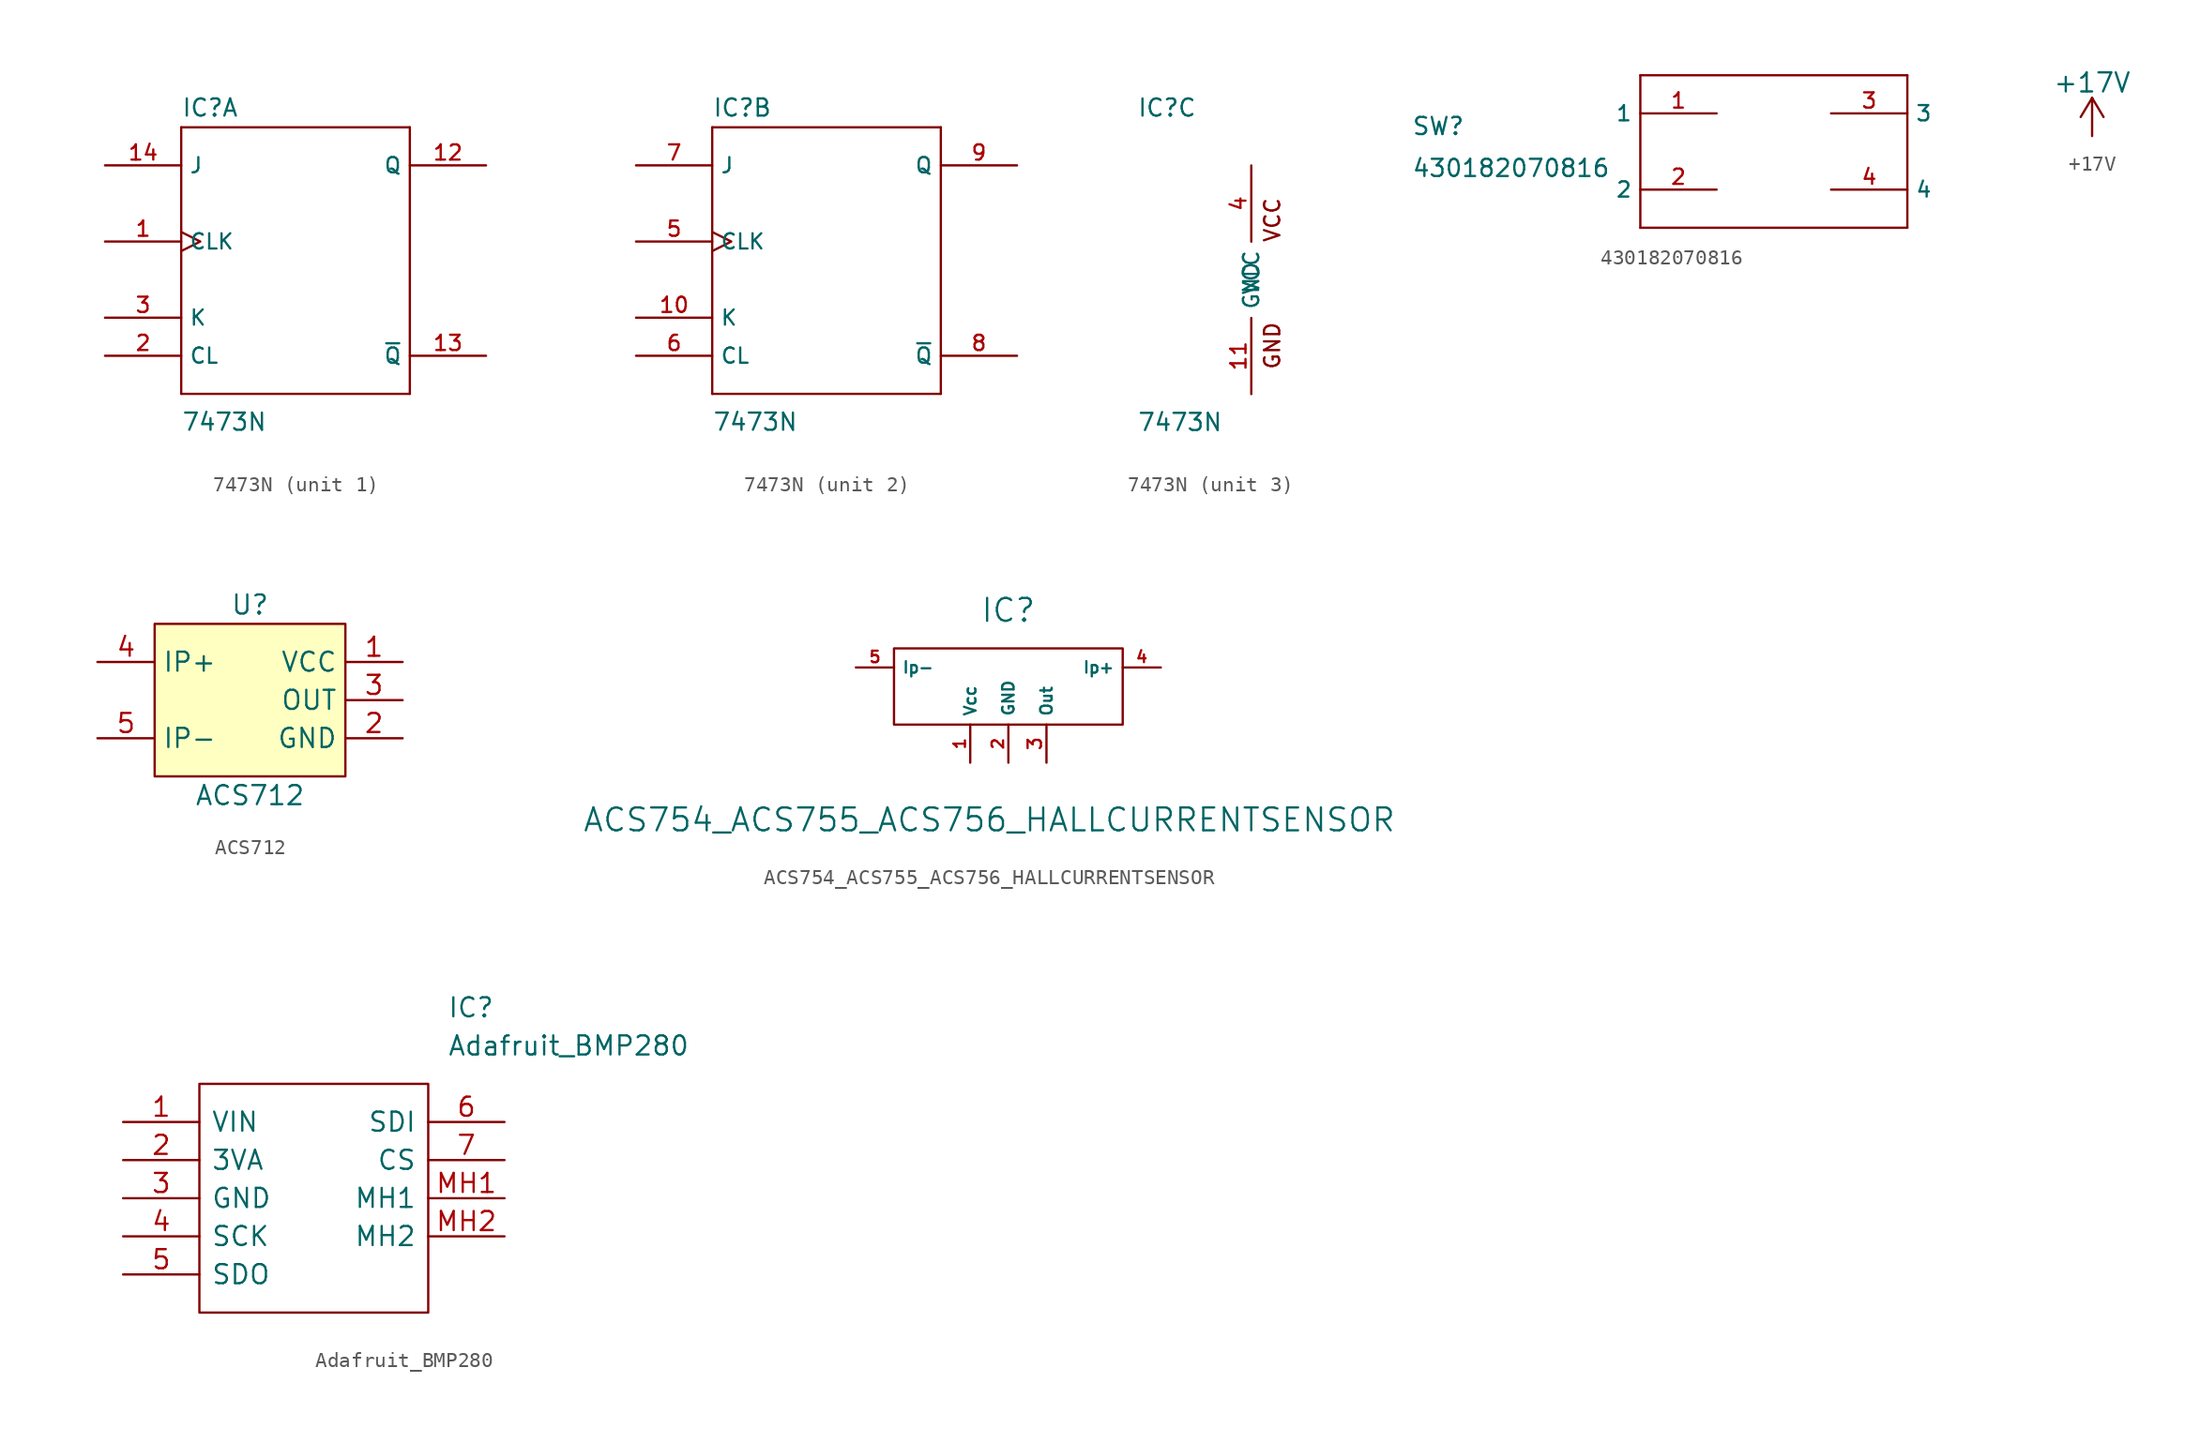
<source format=kicad_sym>
(kicad_symbol_lib
  (version 20201005)
  (generator kicad_symbol_editor)
  (symbol "Zimprich_neu:7473N"
    (property "Reference" "IC"
      (at -7.62 10.795 0)
      (effects (font (size 1.143 1.143)) (justify left bottom)))
    (property "Value" "7473N"
      (at -7.62 -10.16 0)
      (effects (font (size 1.143 1.143)) (justify left bottom)))
    (property "ki_locked" ""
      (at 0 0 0)
      (effects (font (size 1.27 1.27))))
    (symbol "7473N_3_0"
      (text "GND" (at 1.397 -4.394 900) (effects (font (size 1.016 1.016))))
      (text "VCC" (at 1.397 3.988 900) (effects (font (size 1.016 1.016)))))
    (symbol "7473N_1_0"
      (polyline (pts (xy -7.62 -7.62) (xy 7.62 -7.62)) (stroke (width 0)) (fill (type none)))
      (polyline (pts (xy -7.62 10.16) (xy -7.62 -7.62)) (stroke (width 0)) (fill (type none)))
      (polyline (pts (xy 7.62 -7.62) (xy 7.62 10.16)) (stroke (width 0)) (fill (type none)))
      (polyline (pts (xy 7.62 10.16) (xy -7.62 10.16)) (stroke (width 0)) (fill (type none))))
    (symbol "7473N_2_0"
      (polyline (pts (xy -7.62 -7.62) (xy 7.62 -7.62)) (stroke (width 0)) (fill (type none)))
      (polyline (pts (xy -7.62 10.16) (xy -7.62 -7.62)) (stroke (width 0)) (fill (type none)))
      (polyline (pts (xy 7.62 -7.62) (xy 7.62 10.16)) (stroke (width 0)) (fill (type none)))
      (polyline (pts (xy 7.62 10.16) (xy -7.62 10.16)) (stroke (width 0)) (fill (type none))))
    (symbol "7473N_1_1"
      (pin input clock (at -12.7 2.54 0) (length 5.08) (name "CLK" (effects (font (size 1.016 1.016)))) (number "1" (effects (font (size 1.016 1.016)))))
      (pin output line (at 12.7 7.62 180) (length 5.08) (name "Q" (effects (font (size 1.016 1.016)))) (number "12" (effects (font (size 1.016 1.016)))))
      (pin output line (at 12.7 -5.08 180) (length 5.08) (name "~Q" (effects (font (size 1.016 1.016)))) (number "13" (effects (font (size 1.016 1.016)))))
      (pin input line (at -12.7 7.62 0) (length 5.08) (name "J" (effects (font (size 1.016 1.016)))) (number "14" (effects (font (size 1.016 1.016)))))
      (pin input line (at -12.7 -5.08 0) (length 5.08) (name "CL" (effects (font (size 1.016 1.016)))) (number "2" (effects (font (size 1.016 1.016)))))
      (pin input line (at -12.7 -2.54 0) (length 5.08) (name "K" (effects (font (size 1.016 1.016)))) (number "3" (effects (font (size 1.016 1.016))))))
    (symbol "7473N_2_1"
      (pin input line (at -12.7 -2.54 0) (length 5.08) (name "K" (effects (font (size 1.016 1.016)))) (number "10" (effects (font (size 1.016 1.016)))))
      (pin input clock (at -12.7 2.54 0) (length 5.08) (name "CLK" (effects (font (size 1.016 1.016)))) (number "5" (effects (font (size 1.016 1.016)))))
      (pin input line (at -12.7 -5.08 0) (length 5.08) (name "CL" (effects (font (size 1.016 1.016)))) (number "6" (effects (font (size 1.016 1.016)))))
      (pin input line (at -12.7 7.62 0) (length 5.08) (name "J" (effects (font (size 1.016 1.016)))) (number "7" (effects (font (size 1.016 1.016)))))
      (pin output line (at 12.7 -5.08 180) (length 5.08) (name "~Q" (effects (font (size 1.016 1.016)))) (number "8" (effects (font (size 1.016 1.016)))))
      (pin output line (at 12.7 7.62 180) (length 5.08) (name "Q" (effects (font (size 1.016 1.016)))) (number "9" (effects (font (size 1.016 1.016))))))
    (symbol "7473N_3_1"
      (pin power_in line (at 0 -7.62 90) (length 5.08) (name "GND" (effects (font (size 1.016 1.016)))) (number "11" (effects (font (size 1.016 1.016)))))
      (pin power_in line (at 0 7.62 270) (length 5.08) (name "VCC" (effects (font (size 1.016 1.016)))) (number "4" (effects (font (size 1.016 1.016)))))))
  (symbol "Zimprich_neu:430182070816"
    (property "Reference" "SW"
      (at -24.13 1.016 0)
      (effects (font (size 1.143 1.143)) (justify left bottom)))
    (property "Value" "430182070816"
      (at -24.13 -1.778 0)
      (effects (font (size 1.143 1.143)) (justify left bottom)))
    (property "ki_locked" ""
      (at 0 0 0)
      (effects (font (size 1.27 1.27))))
    (symbol "430182070816_1_0"
      (polyline (pts (xy -8.89 -5.08) (xy -8.89 5.08)) (stroke (width 0)) (fill (type none)))
      (polyline (pts (xy -8.89 5.08) (xy 8.89 5.08)) (stroke (width 0)) (fill (type none)))
      (polyline (pts (xy 8.89 -5.08) (xy -8.89 -5.08)) (stroke (width 0)) (fill (type none)))
      (polyline (pts (xy 8.89 5.08) (xy 8.89 -5.08)) (stroke (width 0)) (fill (type none))))
    (symbol "430182070816_1_1"
      (pin bidirectional line (at -3.81 2.54 180) (length 5.08) (name "1" (effects (font (size 1.016 1.016)))) (number "1" (effects (font (size 1.016 1.016)))))
      (pin bidirectional line (at -3.81 -2.54 180) (length 5.08) (name "2" (effects (font (size 1.016 1.016)))) (number "2" (effects (font (size 1.016 1.016)))))
      (pin bidirectional line (at 3.81 2.54 0) (length 5.08) (name "3" (effects (font (size 1.016 1.016)))) (number "3" (effects (font (size 1.016 1.016)))))
      (pin bidirectional line (at 3.81 -2.54 0) (length 5.08) (name "4" (effects (font (size 1.016 1.016)))) (number "4" (effects (font (size 1.016 1.016)))))))
  (symbol "Zimprich_neu:+17V"
    (power)
    (pin_names
      (offset 0))
    (property "Reference" "#PWR"
      (at 0 -3.81 0)
      (effects (font (size 1.27 1.27)) hide))
    (property "Value" "+17V"
      (at 0 3.556 0)
      (effects (font (size 1.27 1.27))))
    (property "Footprint" ""
      (at 0 0 0)
      (effects (font (size 1.27 1.27))))
    (property "Datasheet" ""
      (at 0 0 0)
      (effects (font (size 1.27 1.27))))
    (symbol "+17V_0_1"
      (polyline (pts (xy -0.762 1.27) (xy 0 2.54)) (stroke (width 0)) (fill (type none)))
      (polyline (pts (xy 0 0) (xy 0 2.54)) (stroke (width 0)) (fill (type none)))
      (polyline (pts (xy 0 2.54) (xy 0.762 1.27)) (stroke (width 0)) (fill (type none))))
    (symbol "+17V_1_1"
      (pin power_in line (at 0 0 90) (length 0) hide (name "+9V" (effects (font (size 1.27 1.27)))) (number "1" (effects (font (size 1.27 1.27)))))))
  (symbol "Zimprich_neu:ACS712"
    (property "Reference" "U"
      (at 0 6.35 0)
      (effects (font (size 1.27 1.27))))
    (property "Value" "ACS712"
      (at 0 -6.35 0)
      (effects (font (size 1.27 1.27))))
    (property "Footprint" ""
      (at 0 0 0)
      (effects (font (size 1.524 1.524))))
    (property "Datasheet" ""
      (at 0 0 0)
      (effects (font (size 1.524 1.524))))
    (symbol "ACS712_0_1"
      (rectangle (start -6.35 5.08) (end 6.35 -5.08) (stroke (width 0)) (fill (type background))))
    (symbol "ACS712_1_1"
      (pin power_in line (at 10.16 2.54 180) (length 3.81) (name "VCC" (effects (font (size 1.27 1.27)))) (number "1" (effects (font (size 1.27 1.27)))))
      (pin power_in line (at 10.16 -2.54 180) (length 3.81) (name "GND" (effects (font (size 1.27 1.27)))) (number "2" (effects (font (size 1.27 1.27)))))
      (pin output line (at 10.16 0 180) (length 3.81) (name "OUT" (effects (font (size 1.27 1.27)))) (number "3" (effects (font (size 1.27 1.27)))))
      (pin input line (at -10.16 2.54 0) (length 3.81) (name "IP+" (effects (font (size 1.27 1.27)))) (number "4" (effects (font (size 1.27 1.27)))))
      (pin input line (at -10.16 -2.54 0) (length 3.81) (name "IP-" (effects (font (size 1.27 1.27)))) (number "5" (effects (font (size 1.27 1.27)))))))
  (symbol "Zimprich_neu:ACS754_ACS755_ACS756_HALLCURRENTSENSOR"
    (property "Reference" "IC"
      (at 0 5.08 0)
      (effects (font (size 1.524 1.524))))
    (property "Value" "ACS754_ACS755_ACS756_HALLCURRENTSENSOR"
      (at -1.27 -8.89 0)
      (effects (font (size 1.524 1.524))))
    (property "Footprint" ""
      (at 0 0 0)
      (effects (font (size 1.524 1.524))))
    (property "Datasheet" ""
      (at 0 0 0)
      (effects (font (size 1.524 1.524))))
    (symbol "ACS754_ACS755_ACS756_HALLCURRENTSENSOR_0_1"
      (rectangle (start -7.62 2.54) (end 7.62 -2.54) (stroke (width 0)) (fill (type none))))
    (symbol "ACS754_ACS755_ACS756_HALLCURRENTSENSOR_1_1"
      (pin power_in line (at -2.54 -5.08 90) (length 2.54) (name "Vcc" (effects (font (size 0.762 0.762)))) (number "1" (effects (font (size 0.762 0.762)))))
      (pin power_in line (at 0 -5.08 90) (length 2.54) (name "GND" (effects (font (size 0.762 0.762)))) (number "2" (effects (font (size 0.762 0.762)))))
      (pin power_in line (at 2.54 -5.08 90) (length 2.54) (name "Out" (effects (font (size 0.762 0.762)))) (number "3" (effects (font (size 0.889 0.889)))))
      (pin power_in line (at 10.16 1.27 180) (length 2.54) (name "Ip+" (effects (font (size 0.762 0.762)))) (number "4" (effects (font (size 0.762 0.762)))))
      (pin power_in line (at -10.16 1.27 0) (length 2.54) (name "Ip-" (effects (font (size 0.762 0.762)))) (number "5" (effects (font (size 0.762 0.762)))))))
  (symbol "Zimprich_neu:Adafruit_BMP280"
    (pin_names
      (offset 0.762))
    (property "Reference" "IC"
      (at 21.59 7.62 0)
      (effects (font (size 1.27 1.27)) (justify left)))
    (property "Value" "Adafruit_BMP280"
      (at 21.59 5.08 0)
      (effects (font (size 1.27 1.27)) (justify left)))
    (symbol "Adafruit_BMP280_0_1"
      (polyline (pts (xy 5.08 2.54) (xy 20.32 2.54) (xy 20.32 -12.7) (xy 5.08 -12.7) (xy 5.08 2.54)) (stroke (width 0.152)) (fill (type none))))
    (symbol "Adafruit_BMP280_0_0"
      (pin bidirectional line (at 0 0 0) (length 5.08) (name "VIN" (effects (font (size 1.27 1.27)))) (number "1" (effects (font (size 1.27 1.27)))))
      (pin bidirectional line (at 0 -2.54 0) (length 5.08) (name "3VA" (effects (font (size 1.27 1.27)))) (number "2" (effects (font (size 1.27 1.27)))))
      (pin bidirectional line (at 0 -5.08 0) (length 5.08) (name "GND" (effects (font (size 1.27 1.27)))) (number "3" (effects (font (size 1.27 1.27)))))
      (pin bidirectional line (at 0 -7.62 0) (length 5.08) (name "SCK" (effects (font (size 1.27 1.27)))) (number "4" (effects (font (size 1.27 1.27)))))
      (pin bidirectional line (at 0 -10.16 0) (length 5.08) (name "SDO" (effects (font (size 1.27 1.27)))) (number "5" (effects (font (size 1.27 1.27)))))
      (pin bidirectional line (at 25.4 0 180) (length 5.08) (name "SDI" (effects (font (size 1.27 1.27)))) (number "6" (effects (font (size 1.27 1.27)))))
      (pin bidirectional line (at 25.4 -2.54 180) (length 5.08) (name "CS" (effects (font (size 1.27 1.27)))) (number "7" (effects (font (size 1.27 1.27)))))
      (pin bidirectional line (at 25.4 -5.08 180) (length 5.08) (name "MH1" (effects (font (size 1.27 1.27)))) (number "MH1" (effects (font (size 1.27 1.27)))))
      (pin bidirectional line (at 25.4 -7.62 180) (length 5.08) (name "MH2" (effects (font (size 1.27 1.27)))) (number "MH2" (effects (font (size 1.27 1.27))))))))
</source>
